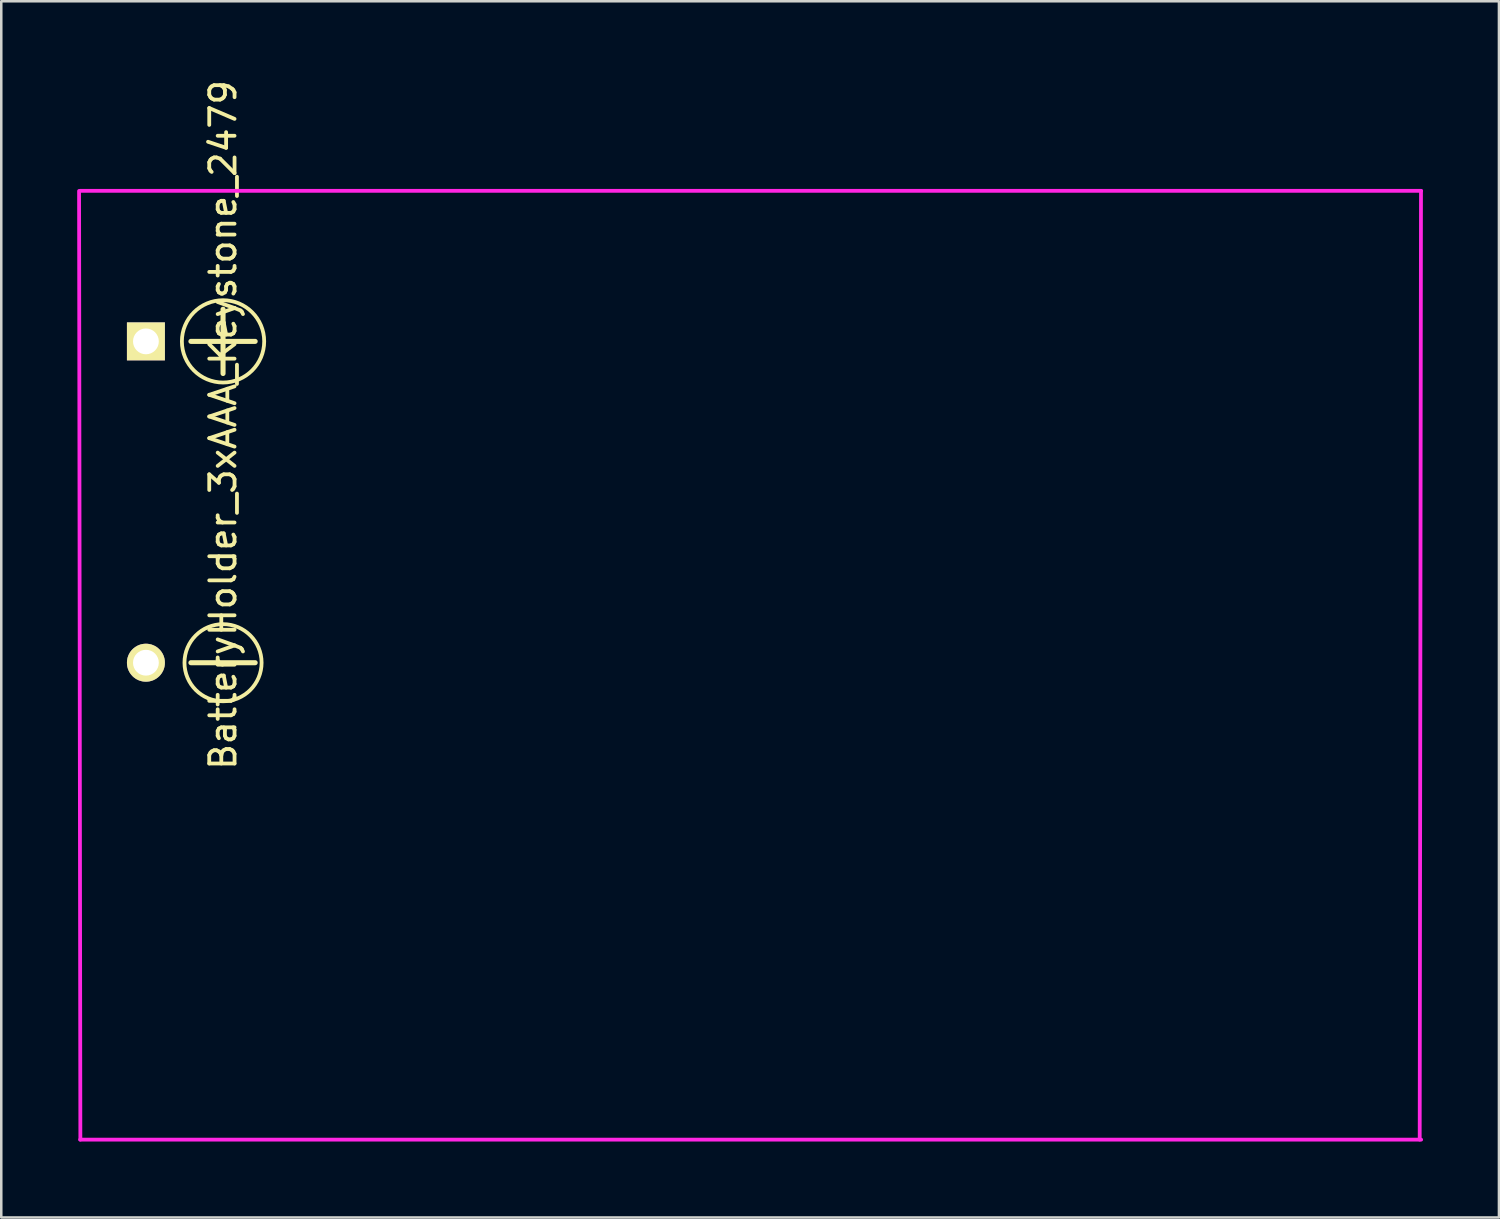
<source format=kicad_pcb>
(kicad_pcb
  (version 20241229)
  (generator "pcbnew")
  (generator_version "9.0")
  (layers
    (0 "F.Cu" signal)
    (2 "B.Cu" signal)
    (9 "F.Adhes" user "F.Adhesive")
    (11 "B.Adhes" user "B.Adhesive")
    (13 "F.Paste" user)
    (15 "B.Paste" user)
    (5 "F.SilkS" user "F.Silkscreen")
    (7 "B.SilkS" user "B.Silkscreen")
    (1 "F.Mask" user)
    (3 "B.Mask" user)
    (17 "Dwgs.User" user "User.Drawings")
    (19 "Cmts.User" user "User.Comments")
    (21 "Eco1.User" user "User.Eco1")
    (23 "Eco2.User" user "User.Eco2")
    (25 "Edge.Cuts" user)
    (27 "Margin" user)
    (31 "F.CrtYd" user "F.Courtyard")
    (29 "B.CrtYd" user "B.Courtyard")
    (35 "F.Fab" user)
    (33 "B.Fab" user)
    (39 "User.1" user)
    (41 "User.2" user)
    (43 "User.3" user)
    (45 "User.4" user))
  (footprint "BatteryHolder_3xAAA_Keystone_2479"
    (layer "F.Cu")
    (at 2.717 10.442)
    (property "Reference" "BatteryHolder_3xAAA_Keystone_2479" (at 3.048 3.302 90) (layer "F.SilkS") (effects (font (size 1 1) (thickness 0.15))))
    (attr through_hole)
    (fp_line (start 3.048 -1.27) (end 3.048 1.27) (stroke (width 0.2) (type solid)) (layer "F.SilkS"))
    (fp_line (start 4.318 0) (end 1.778 0) (stroke (width 0.2) (type solid)) (layer "F.SilkS"))
    (fp_line (start 4.318 12.7) (end 1.778 12.7) (stroke (width 0.2) (type solid)) (layer "F.SilkS"))
    (fp_circle (center 3.048 0) (end 1.778 -1.016) (stroke (width 0.15) (type solid)) (fill no) (layer "F.SilkS"))
    (fp_circle (center 3.048 12.7) (end 3.048 11.176) (stroke (width 0.15) (type solid)) (fill no) (layer "F.SilkS"))
    (fp_line (start -2.642 -5.944) (end -2.591 31.547) (stroke (width 0.15) (type solid)) (layer "F.CrtYd"))
    (fp_line (start -2.6 -5.95) (end 50.4 -5.95) (stroke (width 0.15) (type solid)) (layer "F.CrtYd"))
    (fp_line (start -2.6 31.55) (end 50.4 31.55) (stroke (width 0.15) (type solid)) (layer "F.CrtYd"))
    (fp_line (start 50.394 -5.944) (end 50.343 31.547) (stroke (width 0.15) (type solid)) (layer "F.CrtYd"))
    (pad "1" thru_hole rect (at 0 0) (size 1.5 1.5) (drill 1.02) (layers "*.Cu" "*.Mask" "F.SilkS"))
    (pad "2" thru_hole circle (at 0 12.7) (size 1.5 1.5) (drill 1.02) (layers "*.Cu" "*.Mask" "F.SilkS")))
  (gr_rect
    (start -3 -3)
    (end 56.192 45.067)
    (stroke (width 0.1) (type default))
    (fill no)
    (layer "Edge.Cuts")))
</source>
